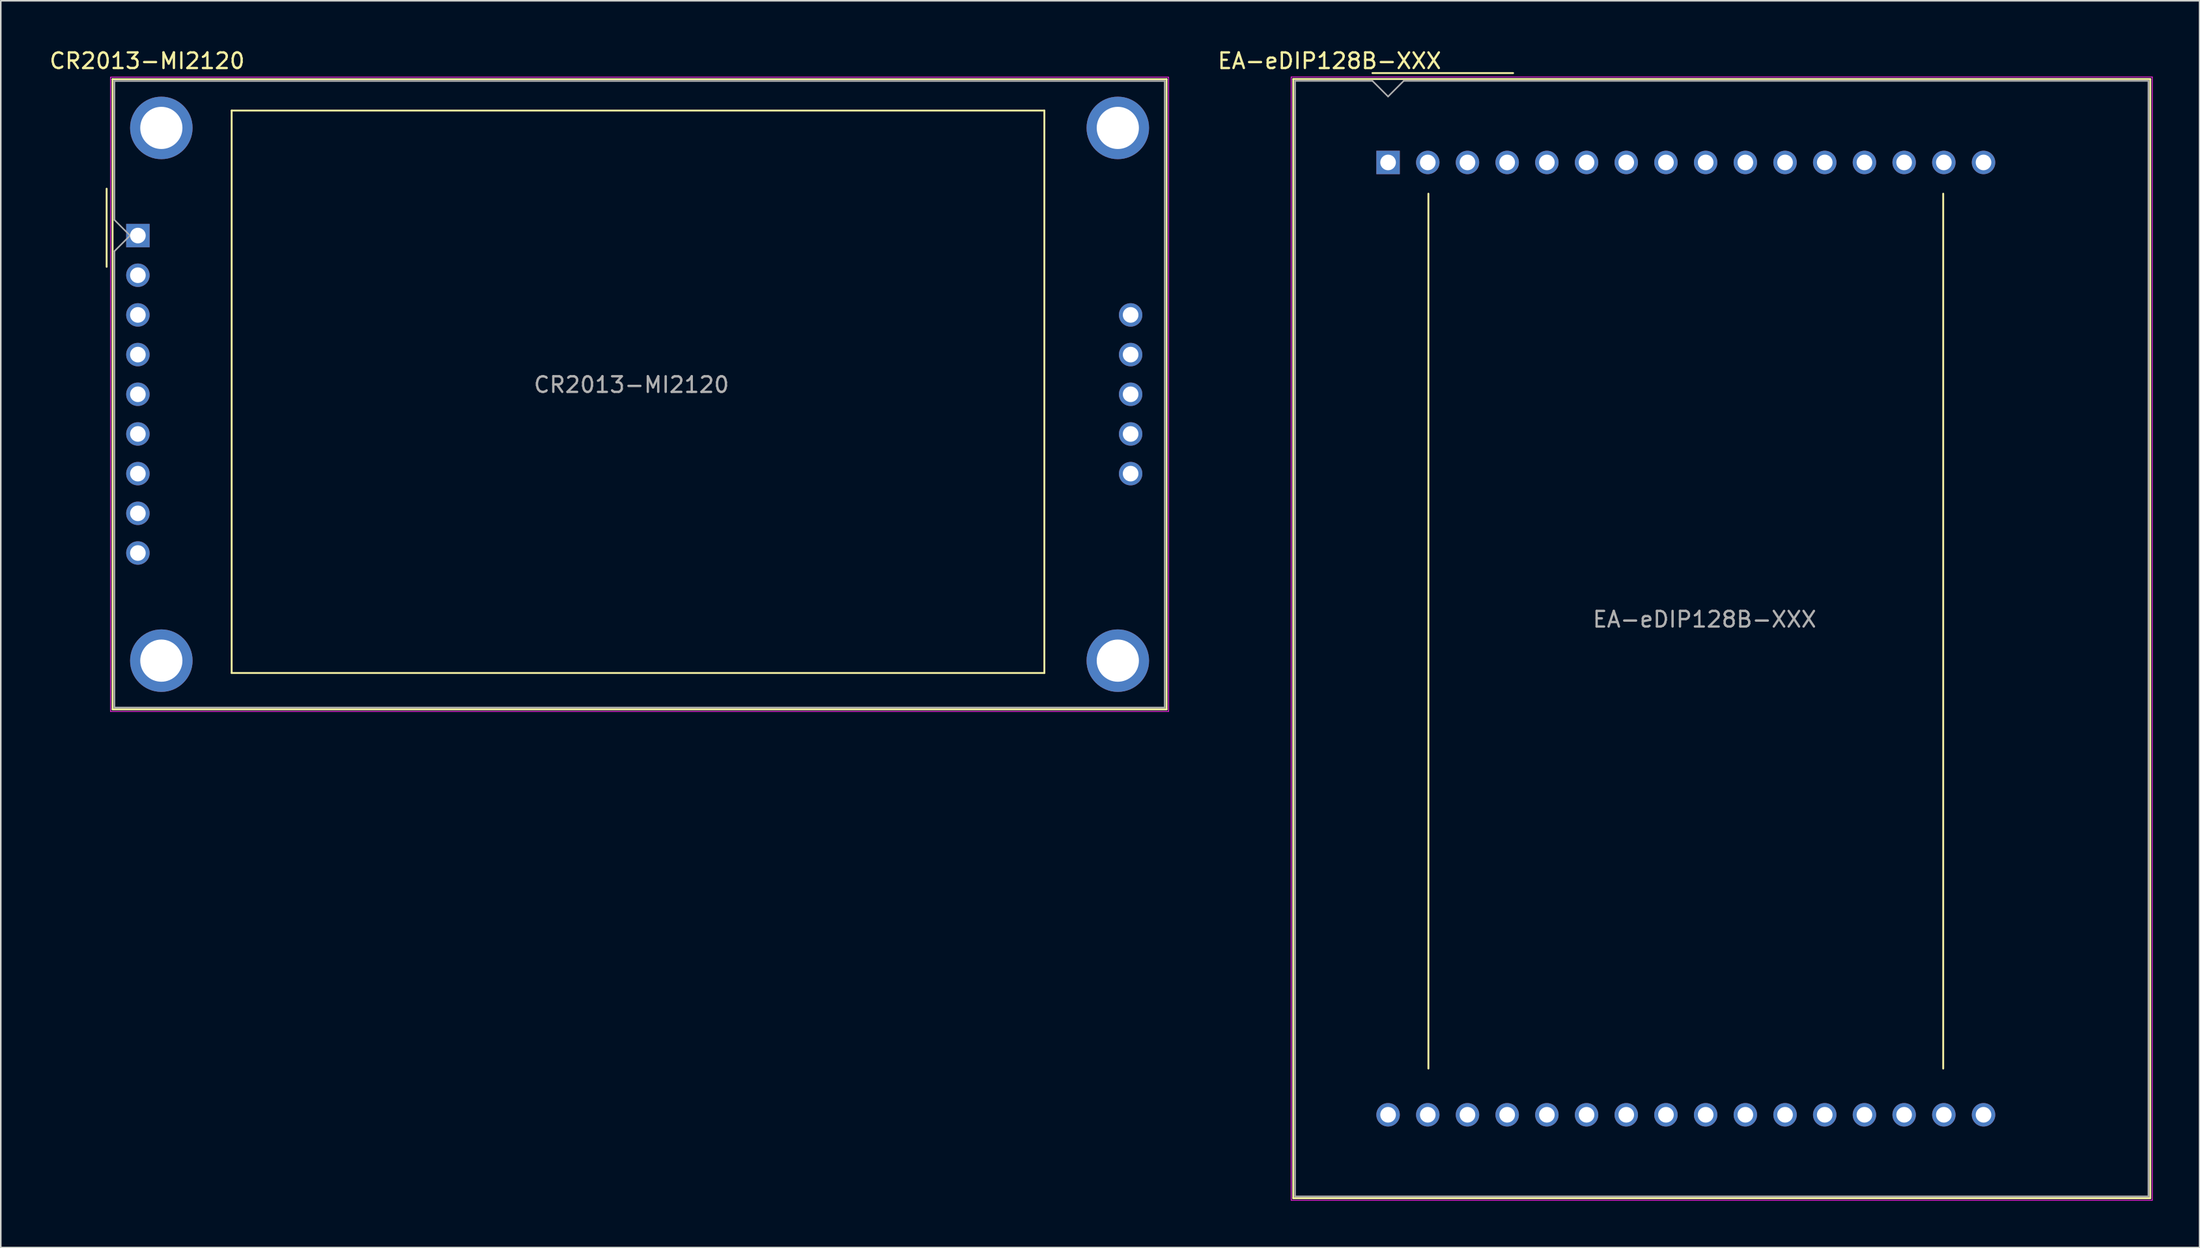
<source format=kicad_pcb>
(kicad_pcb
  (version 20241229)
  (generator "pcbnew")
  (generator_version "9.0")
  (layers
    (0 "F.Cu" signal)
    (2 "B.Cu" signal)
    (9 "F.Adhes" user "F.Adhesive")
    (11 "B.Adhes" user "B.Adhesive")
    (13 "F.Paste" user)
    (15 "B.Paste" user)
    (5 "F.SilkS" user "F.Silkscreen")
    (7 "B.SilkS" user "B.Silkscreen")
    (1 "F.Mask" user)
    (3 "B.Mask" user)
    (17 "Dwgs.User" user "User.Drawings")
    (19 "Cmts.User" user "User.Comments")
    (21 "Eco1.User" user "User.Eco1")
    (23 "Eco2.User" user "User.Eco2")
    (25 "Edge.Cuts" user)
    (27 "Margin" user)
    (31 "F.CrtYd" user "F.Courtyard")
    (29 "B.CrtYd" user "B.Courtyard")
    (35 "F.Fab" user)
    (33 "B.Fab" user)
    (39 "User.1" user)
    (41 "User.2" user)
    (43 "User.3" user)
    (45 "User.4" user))
  (footprint "EA-eDIP128B-XXX"
    (layer "F.Cu")
    (at 85.766 7.348)
    (property "Reference" "EA-eDIP128B-XXX" (at -3.75 -6.5 0) (layer "F.SilkS") (effects (font (size 1 1) (thickness 0.15))))
    (attr through_hole)
    (fp_line (start -6.07 -5.34) (end 48.77 -5.34) (stroke (width 0.12) (type solid)) (layer "F.SilkS"))
    (fp_line (start -6.07 66.3) (end -6.07 -5.34) (stroke (width 0.12) (type solid)) (layer "F.SilkS"))
    (fp_line (start -1 -5.72) (end 8 -5.72) (stroke (width 0.12) (type solid)) (layer "F.SilkS"))
    (fp_line (start 2.58 58) (end 2.58 2) (stroke (width 0.12) (type solid)) (layer "F.SilkS"))
    (fp_line (start 35.52 2) (end 35.52 58) (stroke (width 0.12) (type solid)) (layer "F.SilkS"))
    (fp_line (start 48.77 -5.34) (end 48.77 66.3) (stroke (width 0.12) (type solid)) (layer "F.SilkS"))
    (fp_line (start 48.77 66.3) (end -6.07 66.3) (stroke (width 0.12) (type solid)) (layer "F.SilkS"))
    (fp_line (start -6.2 -5.47) (end 48.9 -5.47) (stroke (width 0.05) (type solid)) (layer "F.CrtYd"))
    (fp_line (start -6.2 66.43) (end -6.2 -5.47) (stroke (width 0.05) (type solid)) (layer "F.CrtYd"))
    (fp_line (start 48.9 -5.47) (end 48.9 66.43) (stroke (width 0.05) (type solid)) (layer "F.CrtYd"))
    (fp_line (start 48.9 66.43) (end -6.2 66.43) (stroke (width 0.05) (type solid)) (layer "F.CrtYd"))
    (fp_line (start -5.95 -5.22) (end -1 -5.22) (stroke (width 0.1) (type solid)) (layer "F.Fab"))
    (fp_line (start -5.95 66.18) (end -5.95 -5.22) (stroke (width 0.1) (type solid)) (layer "F.Fab"))
    (fp_line (start -1 -5.22) (end 0 -4.22) (stroke (width 0.1) (type solid)) (layer "F.Fab"))
    (fp_line (start 0 -4.22) (end 1 -5.22) (stroke (width 0.1) (type solid)) (layer "F.Fab"))
    (fp_line (start 1 -5.22) (end 48.65 -5.22) (stroke (width 0.1) (type solid)) (layer "F.Fab"))
    (fp_line (start 48.65 -5.22) (end 48.65 66.18) (stroke (width 0.1) (type solid)) (layer "F.Fab"))
    (fp_line (start 48.65 66.18) (end -5.95 66.18) (stroke (width 0.1) (type solid)) (layer "F.Fab"))
    (fp_text user "${REFERENCE}" (at 20.25 29.25 0) (layer "F.Fab") (effects (font (size 1 1) (thickness 0.15))))
    (pad "1" thru_hole rect (at 0 0) (size 1.5 1.5) (drill 1) (layers "*.Cu" "*.Mask"))
    (pad "2" thru_hole circle (at 2.54 0) (size 1.5 1.5) (drill 1) (layers "*.Cu" "*.Mask"))
    (pad "3" thru_hole circle (at 5.08 0) (size 1.5 1.5) (drill 1) (layers "*.Cu" "*.Mask"))
    (pad "4" thru_hole circle (at 7.62 0) (size 1.5 1.5) (drill 1) (layers "*.Cu" "*.Mask"))
    (pad "5" thru_hole circle (at 10.16 0) (size 1.5 1.5) (drill 1) (layers "*.Cu" "*.Mask"))
    (pad "6" thru_hole circle (at 12.7 0) (size 1.5 1.5) (drill 1) (layers "*.Cu" "*.Mask"))
    (pad "7" thru_hole circle (at 15.24 0) (size 1.5 1.5) (drill 1) (layers "*.Cu" "*.Mask"))
    (pad "8" thru_hole circle (at 17.78 0) (size 1.5 1.5) (drill 1) (layers "*.Cu" "*.Mask"))
    (pad "9" thru_hole circle (at 20.32 0) (size 1.5 1.5) (drill 1) (layers "*.Cu" "*.Mask"))
    (pad "10" thru_hole circle (at 22.86 0) (size 1.5 1.5) (drill 1) (layers "*.Cu" "*.Mask"))
    (pad "11" thru_hole circle (at 25.4 0) (size 1.5 1.5) (drill 1) (layers "*.Cu" "*.Mask"))
    (pad "12" thru_hole circle (at 27.94 0) (size 1.5 1.5) (drill 1) (layers "*.Cu" "*.Mask"))
    (pad "13" thru_hole circle (at 30.48 0) (size 1.5 1.5) (drill 1) (layers "*.Cu" "*.Mask"))
    (pad "14" thru_hole circle (at 33.02 0) (size 1.5 1.5) (drill 1) (layers "*.Cu" "*.Mask"))
    (pad "15" thru_hole circle (at 35.56 0) (size 1.5 1.5) (drill 1) (layers "*.Cu" "*.Mask"))
    (pad "16" thru_hole circle (at 38.1 0) (size 1.5 1.5) (drill 1) (layers "*.Cu" "*.Mask"))
    (pad "17" thru_hole circle (at 38.1 60.96) (size 1.5 1.5) (drill 1) (layers "*.Cu" "*.Mask"))
    (pad "18" thru_hole circle (at 35.56 60.96) (size 1.5 1.5) (drill 1) (layers "*.Cu" "*.Mask"))
    (pad "19" thru_hole circle (at 33.02 60.96) (size 1.5 1.5) (drill 1) (layers "*.Cu" "*.Mask"))
    (pad "20" thru_hole circle (at 30.48 60.96) (size 1.5 1.5) (drill 1) (layers "*.Cu" "*.Mask"))
    (pad "21" thru_hole circle (at 27.94 60.96) (size 1.5 1.5) (drill 1) (layers "*.Cu" "*.Mask"))
    (pad "22" thru_hole circle (at 25.4 60.96) (size 1.5 1.5) (drill 1) (layers "*.Cu" "*.Mask"))
    (pad "23" thru_hole circle (at 22.86 60.96) (size 1.5 1.5) (drill 1) (layers "*.Cu" "*.Mask"))
    (pad "24" thru_hole circle (at 20.32 60.96) (size 1.5 1.5) (drill 1) (layers "*.Cu" "*.Mask"))
    (pad "25" thru_hole circle (at 17.78 60.96) (size 1.5 1.5) (drill 1) (layers "*.Cu" "*.Mask"))
    (pad "26" thru_hole circle (at 15.24 60.96) (size 1.5 1.5) (drill 1) (layers "*.Cu" "*.Mask"))
    (pad "27" thru_hole circle (at 12.7 60.96) (size 1.5 1.5) (drill 1) (layers "*.Cu" "*.Mask"))
    (pad "28" thru_hole circle (at 10.16 60.96) (size 1.5 1.5) (drill 1) (layers "*.Cu" "*.Mask"))
    (pad "29" thru_hole circle (at 7.62 60.96) (size 1.5 1.5) (drill 1) (layers "*.Cu" "*.Mask"))
    (pad "30" thru_hole circle (at 5.08 60.96) (size 1.5 1.5) (drill 1) (layers "*.Cu" "*.Mask"))
    (pad "31" thru_hole circle (at 2.54 60.96) (size 1.5 1.5) (drill 1) (layers "*.Cu" "*.Mask"))
    (pad "32" thru_hole circle (at 0 60.96) (size 1.5 1.5) (drill 1) (layers "*.Cu" "*.Mask")))
  (footprint "CR2013-MI2120"
    (layer "F.Cu")
    (at 5.773 12.028)
    (property "Reference" "CR2013-MI2120" (at 0.59 -11.18 0) (layer "F.SilkS") (effects (font (size 1 1) (thickness 0.15))))
    (attr through_hole)
    (fp_line (start -2 -3) (end -2 2) (stroke (width 0.12) (type solid)) (layer "F.SilkS"))
    (fp_line (start -1.62 -10.01) (end 65.82 -10.01) (stroke (width 0.12) (type solid)) (layer "F.SilkS"))
    (fp_line (start -1.62 30.33) (end -1.62 -10.01) (stroke (width 0.12) (type solid)) (layer "F.SilkS"))
    (fp_line (start 6 -8) (end 58 -8) (stroke (width 0.12) (type solid)) (layer "F.SilkS"))
    (fp_line (start 6 28) (end 6 -8) (stroke (width 0.12) (type solid)) (layer "F.SilkS"))
    (fp_line (start 58 -8) (end 58 28) (stroke (width 0.12) (type solid)) (layer "F.SilkS"))
    (fp_line (start 58 28) (end 6 28) (stroke (width 0.12) (type solid)) (layer "F.SilkS"))
    (fp_line (start 65.82 -10.01) (end 65.82 30.33) (stroke (width 0.12) (type solid)) (layer "F.SilkS"))
    (fp_line (start 65.82 30.33) (end -1.62 30.33) (stroke (width 0.12) (type solid)) (layer "F.SilkS"))
    (fp_line (start -1.75 -10.14) (end 65.95 -10.14) (stroke (width 0.05) (type solid)) (layer "F.CrtYd"))
    (fp_line (start -1.75 30.46) (end -1.75 -10.14) (stroke (width 0.05) (type solid)) (layer "F.CrtYd"))
    (fp_line (start 65.95 -10.14) (end 65.95 30.46) (stroke (width 0.05) (type solid)) (layer "F.CrtYd"))
    (fp_line (start 65.95 30.46) (end -1.75 30.46) (stroke (width 0.05) (type solid)) (layer "F.CrtYd"))
    (fp_line (start -1.5 -9.89) (end 65.7 -9.89) (stroke (width 0.1) (type solid)) (layer "F.Fab"))
    (fp_line (start -1.5 -1) (end -1.5 -9.89) (stroke (width 0.1) (type solid)) (layer "F.Fab"))
    (fp_line (start -1.5 1) (end -0.5 0) (stroke (width 0.1) (type solid)) (layer "F.Fab"))
    (fp_line (start -1.5 30.21) (end -1.5 1) (stroke (width 0.1) (type solid)) (layer "F.Fab"))
    (fp_line (start -0.5 0) (end -1.5 -1) (stroke (width 0.1) (type solid)) (layer "F.Fab"))
    (fp_line (start 65.7 -9.89) (end 65.7 30.21) (stroke (width 0.1) (type solid)) (layer "F.Fab"))
    (fp_line (start 65.7 30.21) (end -1.5 30.21) (stroke (width 0.1) (type solid)) (layer "F.Fab"))
    (fp_text user "${REFERENCE}" (at 31.58 9.55 0) (layer "F.Fab") (effects (font (size 1 1) (thickness 0.15))))
    (pad "" thru_hole circle (at 1.5 -6.89) (size 4 4) (drill 2.7) (layers "*.Cu" "*.Mask"))
    (pad "" thru_hole circle (at 1.5 27.21) (size 4 4) (drill 2.7) (layers "*.Cu" "*.Mask"))
    (pad "" thru_hole circle (at 62.7 -6.89) (size 4 4) (drill 2.7) (layers "*.Cu" "*.Mask"))
    (pad "" thru_hole circle (at 62.7 27.21) (size 4 4) (drill 2.7) (layers "*.Cu" "*.Mask"))
    (pad "1" thru_hole rect (at 0 0) (size 1.5 1.5) (drill 1) (layers "*.Cu" "*.Mask"))
    (pad "2" thru_hole circle (at 0 2.54) (size 1.5 1.5) (drill 1) (layers "*.Cu" "*.Mask"))
    (pad "3" thru_hole circle (at 0 5.08) (size 1.5 1.5) (drill 1) (layers "*.Cu" "*.Mask"))
    (pad "4" thru_hole circle (at 0 7.62) (size 1.5 1.5) (drill 1) (layers "*.Cu" "*.Mask"))
    (pad "5" thru_hole circle (at 0 10.16) (size 1.5 1.5) (drill 1) (layers "*.Cu" "*.Mask"))
    (pad "6" thru_hole circle (at 0 12.7) (size 1.5 1.5) (drill 1) (layers "*.Cu" "*.Mask"))
    (pad "7" thru_hole circle (at 0 15.24) (size 1.5 1.5) (drill 1) (layers "*.Cu" "*.Mask"))
    (pad "8" thru_hole circle (at 0 17.78) (size 1.5 1.5) (drill 1) (layers "*.Cu" "*.Mask"))
    (pad "9" thru_hole circle (at 0 20.32) (size 1.5 1.5) (drill 1) (layers "*.Cu" "*.Mask"))
    (pad "10" thru_hole circle (at 63.52 5.08) (size 1.5 1.5) (drill 1) (layers "*.Cu" "*.Mask"))
    (pad "11" thru_hole circle (at 63.52 7.62) (size 1.5 1.5) (drill 1) (layers "*.Cu" "*.Mask"))
    (pad "12" thru_hole circle (at 63.52 10.16) (size 1.5 1.5) (drill 1) (layers "*.Cu" "*.Mask"))
    (pad "13" thru_hole circle (at 63.52 12.7) (size 1.5 1.5) (drill 1) (layers "*.Cu" "*.Mask"))
    (pad "14" thru_hole circle (at 63.52 15.24) (size 1.5 1.5) (drill 1) (layers "*.Cu" "*.Mask")))
  (gr_rect
    (start -3 -3)
    (end 137.691 76.803)
    (stroke (width 0.1) (type default))
    (fill no)
    (layer "Edge.Cuts")))
</source>
